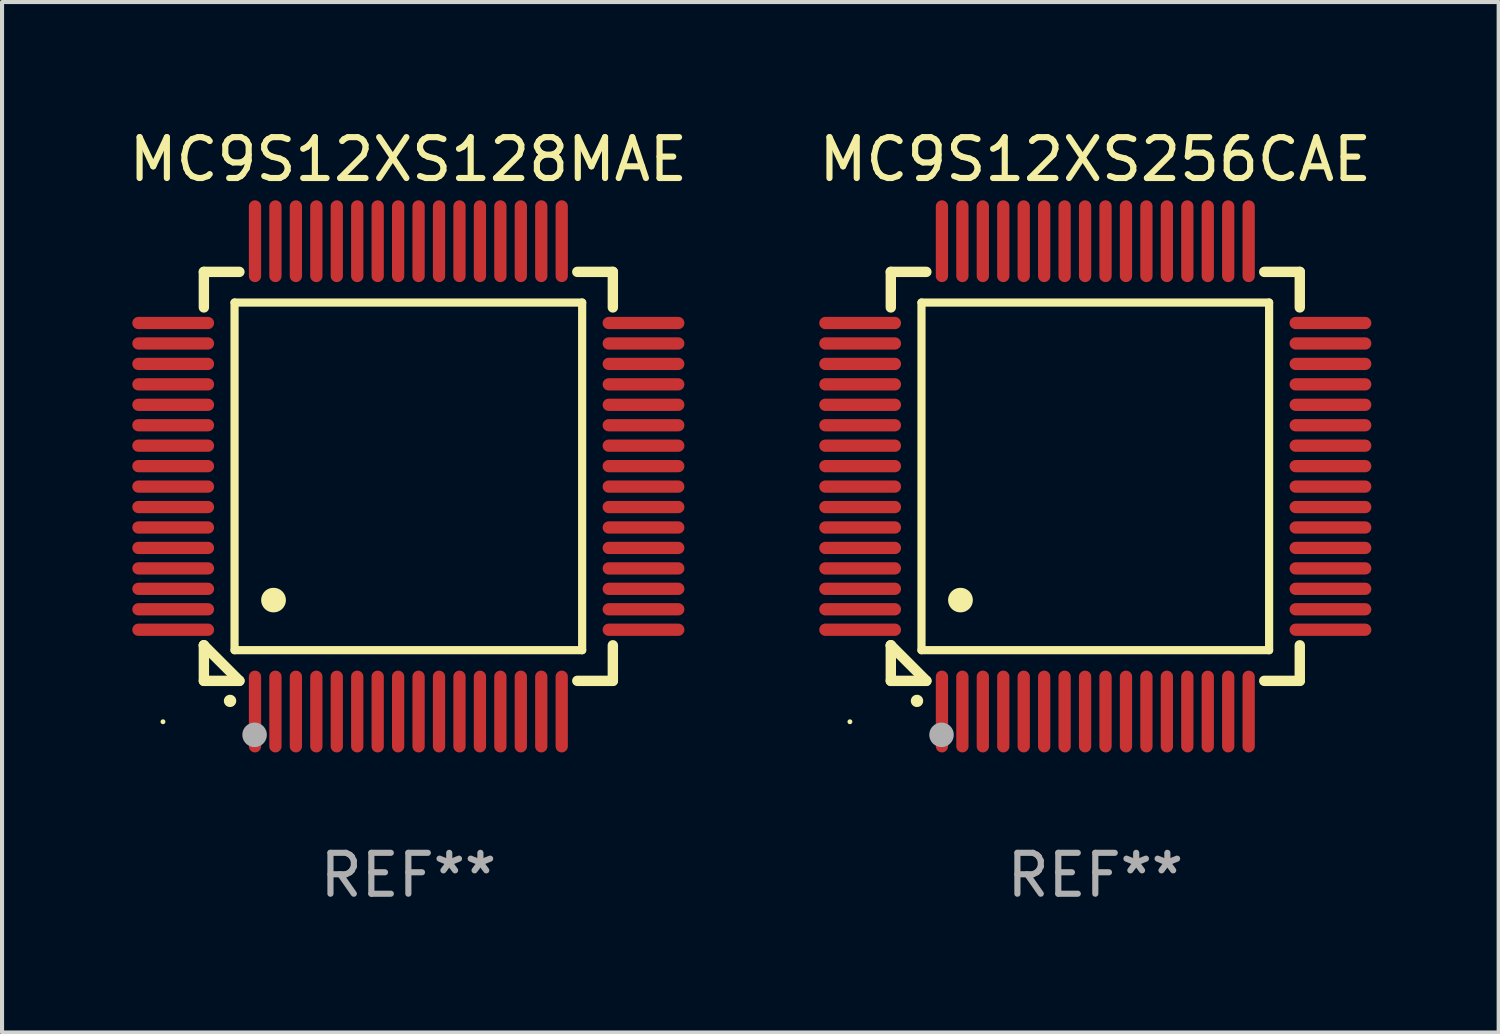
<source format=kicad_pcb>
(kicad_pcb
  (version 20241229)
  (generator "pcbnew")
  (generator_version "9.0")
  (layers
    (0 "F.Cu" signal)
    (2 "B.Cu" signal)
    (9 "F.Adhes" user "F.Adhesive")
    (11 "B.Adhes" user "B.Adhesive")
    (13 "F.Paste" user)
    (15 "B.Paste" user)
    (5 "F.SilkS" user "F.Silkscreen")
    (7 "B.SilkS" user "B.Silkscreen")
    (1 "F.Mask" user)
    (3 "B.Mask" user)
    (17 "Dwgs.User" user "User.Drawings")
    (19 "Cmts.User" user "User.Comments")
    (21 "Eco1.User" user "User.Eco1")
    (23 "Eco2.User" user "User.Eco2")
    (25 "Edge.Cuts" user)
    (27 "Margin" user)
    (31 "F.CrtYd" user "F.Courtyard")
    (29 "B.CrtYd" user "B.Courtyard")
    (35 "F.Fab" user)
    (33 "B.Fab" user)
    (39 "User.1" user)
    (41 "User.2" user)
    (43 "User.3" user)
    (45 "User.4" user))
  (footprint "MC9S12XS256CAE"
    (layer "F.Cu")
    (at 23.732 8.598)
    (property "Reference" "MC9S12XS256CAE" (at 0 -7.75 0) (layer "F.SilkS") (effects (font (size 1 1) (thickness 0.15))))
    (attr through_hole)
    (fp_line (start -5 -5) (end -4.131 -5) (stroke (width 0.254) (type solid)) (layer "F.SilkS"))
    (fp_line (start -5 -4.131) (end -5 -5) (stroke (width 0.254) (type solid)) (layer "F.SilkS"))
    (fp_line (start -5 4.131) (end -5 4.131) (stroke (width 0.254) (type solid)) (layer "F.SilkS"))
    (fp_line (start -5 5) (end -5 4.131) (stroke (width 0.254) (type solid)) (layer "F.SilkS"))
    (fp_line (start -5 4.131) (end -4.131 5) (stroke (width 0.254) (type solid)) (layer "F.SilkS"))
    (fp_line (start -4.25 -4.25) (end -4.25 4.25) (stroke (width 0.2) (type solid)) (layer "F.SilkS"))
    (fp_line (start -4.25 4.25) (end 4.25 4.25) (stroke (width 0.2) (type solid)) (layer "F.SilkS"))
    (fp_line (start -4.131 5) (end -5 5) (stroke (width 0.254) (type solid)) (layer "F.SilkS"))
    (fp_line (start 4.25 -4.25) (end -4.25 -4.25) (stroke (width 0.2) (type solid)) (layer "F.SilkS"))
    (fp_line (start 4.25 4.25) (end 4.25 -4.25) (stroke (width 0.2) (type solid)) (layer "F.SilkS"))
    (fp_line (start 5 -5) (end 4.131 -5) (stroke (width 0.254) (type solid)) (layer "F.SilkS"))
    (fp_line (start 5 -5) (end 5 -4.131) (stroke (width 0.254) (type solid)) (layer "F.SilkS"))
    (fp_line (start 5 4.131) (end 5 5) (stroke (width 0.254) (type solid)) (layer "F.SilkS"))
    (fp_line (start 5 5) (end 4.131 5) (stroke (width 0.254) (type solid)) (layer "F.SilkS"))
    (fp_arc (start -4.361265 5.489992) (mid -4.359995 5.489987) (end -4.358725 5.489992) (stroke (width 0.3) (type solid)) (layer "F.SilkS"))
    (fp_arc (start -3.299467 3.025146) (mid -3.296927 3.025135) (end -3.294387 3.025146) (stroke (width 0.6) (type solid)) (layer "F.SilkS"))
    (fp_circle (center -6 6) (end -5.97 6) (stroke (width 0.06) (type solid)) (fill no) (layer "F.SilkS"))
    (fp_circle (center -3.76 6.32) (end -3.61 6.32) (stroke (width 0.3) (type solid)) (fill no) (layer "F.Fab"))
    (fp_text user "REF**" (at 0 9.75 0) (layer "F.Fab") (effects (font (size 1 1) (thickness 0.15))))
    (pad "1" smd oval (at -3.75 5.75) (size 0.3 2) (layers "F.Cu" "F.Mask" "F.Paste"))
    (pad "2" smd oval (at -3.25 5.75) (size 0.3 2) (layers "F.Cu" "F.Mask" "F.Paste"))
    (pad "3" smd oval (at -2.75 5.75) (size 0.3 2) (layers "F.Cu" "F.Mask" "F.Paste"))
    (pad "4" smd oval (at -2.25 5.75) (size 0.3 2) (layers "F.Cu" "F.Mask" "F.Paste"))
    (pad "5" smd oval (at -1.75 5.75) (size 0.3 2) (layers "F.Cu" "F.Mask" "F.Paste"))
    (pad "6" smd oval (at -1.25 5.75) (size 0.3 2) (layers "F.Cu" "F.Mask" "F.Paste"))
    (pad "7" smd oval (at -0.75 5.75) (size 0.3 2) (layers "F.Cu" "F.Mask" "F.Paste"))
    (pad "8" smd oval (at -0.25 5.75) (size 0.3 2) (layers "F.Cu" "F.Mask" "F.Paste"))
    (pad "9" smd oval (at 0.25 5.75) (size 0.3 2) (layers "F.Cu" "F.Mask" "F.Paste"))
    (pad "10" smd oval (at 0.75 5.75) (size 0.3 2) (layers "F.Cu" "F.Mask" "F.Paste"))
    (pad "11" smd oval (at 1.25 5.75) (size 0.3 2) (layers "F.Cu" "F.Mask" "F.Paste"))
    (pad "12" smd oval (at 1.75 5.75) (size 0.3 2) (layers "F.Cu" "F.Mask" "F.Paste"))
    (pad "13" smd oval (at 2.25 5.75) (size 0.3 2) (layers "F.Cu" "F.Mask" "F.Paste"))
    (pad "14" smd oval (at 2.75 5.75) (size 0.3 2) (layers "F.Cu" "F.Mask" "F.Paste"))
    (pad "15" smd oval (at 3.25 5.75) (size 0.3 2) (layers "F.Cu" "F.Mask" "F.Paste"))
    (pad "16" smd oval (at 3.75 5.75) (size 0.3 2) (layers "F.Cu" "F.Mask" "F.Paste"))
    (pad "17" smd oval (at 5.75 3.75) (size 2 0.3) (layers "F.Cu" "F.Mask" "F.Paste"))
    (pad "18" smd oval (at 5.75 3.25) (size 2 0.3) (layers "F.Cu" "F.Mask" "F.Paste"))
    (pad "19" smd oval (at 5.75 2.75) (size 2 0.3) (layers "F.Cu" "F.Mask" "F.Paste"))
    (pad "20" smd oval (at 5.75 2.25) (size 2 0.3) (layers "F.Cu" "F.Mask" "F.Paste"))
    (pad "21" smd oval (at 5.75 1.75) (size 2 0.3) (layers "F.Cu" "F.Mask" "F.Paste"))
    (pad "22" smd oval (at 5.75 1.25) (size 2 0.3) (layers "F.Cu" "F.Mask" "F.Paste"))
    (pad "23" smd oval (at 5.75 0.75) (size 2 0.3) (layers "F.Cu" "F.Mask" "F.Paste"))
    (pad "24" smd oval (at 5.75 0.25) (size 2 0.3) (layers "F.Cu" "F.Mask" "F.Paste"))
    (pad "25" smd oval (at 5.75 -0.25) (size 2 0.3) (layers "F.Cu" "F.Mask" "F.Paste"))
    (pad "26" smd oval (at 5.75 -0.75) (size 2 0.3) (layers "F.Cu" "F.Mask" "F.Paste"))
    (pad "27" smd oval (at 5.75 -1.25) (size 2 0.3) (layers "F.Cu" "F.Mask" "F.Paste"))
    (pad "28" smd oval (at 5.75 -1.75) (size 2 0.3) (layers "F.Cu" "F.Mask" "F.Paste"))
    (pad "29" smd oval (at 5.75 -2.25) (size 2 0.3) (layers "F.Cu" "F.Mask" "F.Paste"))
    (pad "30" smd oval (at 5.75 -2.75) (size 2 0.3) (layers "F.Cu" "F.Mask" "F.Paste"))
    (pad "31" smd oval (at 5.75 -3.25) (size 2 0.3) (layers "F.Cu" "F.Mask" "F.Paste"))
    (pad "32" smd oval (at 5.75 -3.75) (size 2 0.3) (layers "F.Cu" "F.Mask" "F.Paste"))
    (pad "33" smd oval (at 3.75 -5.75) (size 0.3 2) (layers "F.Cu" "F.Mask" "F.Paste"))
    (pad "34" smd oval (at 3.25 -5.75) (size 0.3 2) (layers "F.Cu" "F.Mask" "F.Paste"))
    (pad "35" smd oval (at 2.75 -5.75) (size 0.3 2) (layers "F.Cu" "F.Mask" "F.Paste"))
    (pad "36" smd oval (at 2.25 -5.75) (size 0.3 2) (layers "F.Cu" "F.Mask" "F.Paste"))
    (pad "37" smd oval (at 1.75 -5.75) (size 0.3 2) (layers "F.Cu" "F.Mask" "F.Paste"))
    (pad "38" smd oval (at 1.25 -5.75) (size 0.3 2) (layers "F.Cu" "F.Mask" "F.Paste"))
    (pad "39" smd oval (at 0.75 -5.75) (size 0.3 2) (layers "F.Cu" "F.Mask" "F.Paste"))
    (pad "40" smd oval (at 0.25 -5.75) (size 0.3 2) (layers "F.Cu" "F.Mask" "F.Paste"))
    (pad "41" smd oval (at -0.25 -5.75) (size 0.3 2) (layers "F.Cu" "F.Mask" "F.Paste"))
    (pad "42" smd oval (at -0.75 -5.75) (size 0.3 2) (layers "F.Cu" "F.Mask" "F.Paste"))
    (pad "43" smd oval (at -1.25 -5.75) (size 0.3 2) (layers "F.Cu" "F.Mask" "F.Paste"))
    (pad "44" smd oval (at -1.75 -5.75) (size 0.3 2) (layers "F.Cu" "F.Mask" "F.Paste"))
    (pad "45" smd oval (at -2.25 -5.75) (size 0.3 2) (layers "F.Cu" "F.Mask" "F.Paste"))
    (pad "46" smd oval (at -2.75 -5.75) (size 0.3 2) (layers "F.Cu" "F.Mask" "F.Paste"))
    (pad "47" smd oval (at -3.25 -5.75) (size 0.3 2) (layers "F.Cu" "F.Mask" "F.Paste"))
    (pad "48" smd oval (at -3.75 -5.75) (size 0.3 2) (layers "F.Cu" "F.Mask" "F.Paste"))
    (pad "49" smd oval (at -5.75 -3.75) (size 2 0.3) (layers "F.Cu" "F.Mask" "F.Paste"))
    (pad "50" smd oval (at -5.75 -3.25) (size 2 0.3) (layers "F.Cu" "F.Mask" "F.Paste"))
    (pad "51" smd oval (at -5.75 -2.75) (size 2 0.3) (layers "F.Cu" "F.Mask" "F.Paste"))
    (pad "52" smd oval (at -5.75 -2.25) (size 2 0.3) (layers "F.Cu" "F.Mask" "F.Paste"))
    (pad "53" smd oval (at -5.75 -1.75) (size 2 0.3) (layers "F.Cu" "F.Mask" "F.Paste"))
    (pad "54" smd oval (at -5.75 -1.25) (size 2 0.3) (layers "F.Cu" "F.Mask" "F.Paste"))
    (pad "55" smd oval (at -5.75 -0.75) (size 2 0.3) (layers "F.Cu" "F.Mask" "F.Paste"))
    (pad "56" smd oval (at -5.75 -0.25) (size 2 0.3) (layers "F.Cu" "F.Mask" "F.Paste"))
    (pad "57" smd oval (at -5.75 0.25) (size 2 0.3) (layers "F.Cu" "F.Mask" "F.Paste"))
    (pad "58" smd oval (at -5.75 0.75) (size 2 0.3) (layers "F.Cu" "F.Mask" "F.Paste"))
    (pad "59" smd oval (at -5.75 1.25) (size 2 0.3) (layers "F.Cu" "F.Mask" "F.Paste"))
    (pad "60" smd oval (at -5.75 1.75) (size 2 0.3) (layers "F.Cu" "F.Mask" "F.Paste"))
    (pad "61" smd oval (at -5.75 2.25) (size 2 0.3) (layers "F.Cu" "F.Mask" "F.Paste"))
    (pad "62" smd oval (at -5.75 2.75) (size 2 0.3) (layers "F.Cu" "F.Mask" "F.Paste"))
    (pad "63" smd oval (at -5.75 3.25) (size 2 0.3) (layers "F.Cu" "F.Mask" "F.Paste"))
    (pad "64" smd oval (at -5.75 3.75) (size 2 0.3) (layers "F.Cu" "F.Mask" "F.Paste")))
  (footprint "MC9S12XS128MAE"
    (layer "F.Cu")
    (at 6.935 8.598)
    (property "Reference" "MC9S12XS128MAE" (at 0 -7.75 0) (layer "F.SilkS") (effects (font (size 1 1) (thickness 0.15))))
    (attr through_hole)
    (fp_line (start -5 -5) (end -4.131 -5) (stroke (width 0.254) (type solid)) (layer "F.SilkS"))
    (fp_line (start -5 -4.131) (end -5 -5) (stroke (width 0.254) (type solid)) (layer "F.SilkS"))
    (fp_line (start -5 4.131) (end -5 4.131) (stroke (width 0.254) (type solid)) (layer "F.SilkS"))
    (fp_line (start -5 5) (end -5 4.131) (stroke (width 0.254) (type solid)) (layer "F.SilkS"))
    (fp_line (start -5 4.131) (end -4.131 5) (stroke (width 0.254) (type solid)) (layer "F.SilkS"))
    (fp_line (start -4.25 -4.25) (end -4.25 4.25) (stroke (width 0.2) (type solid)) (layer "F.SilkS"))
    (fp_line (start -4.25 4.25) (end 4.25 4.25) (stroke (width 0.2) (type solid)) (layer "F.SilkS"))
    (fp_line (start -4.131 5) (end -5 5) (stroke (width 0.254) (type solid)) (layer "F.SilkS"))
    (fp_line (start 4.25 -4.25) (end -4.25 -4.25) (stroke (width 0.2) (type solid)) (layer "F.SilkS"))
    (fp_line (start 4.25 4.25) (end 4.25 -4.25) (stroke (width 0.2) (type solid)) (layer "F.SilkS"))
    (fp_line (start 5 -5) (end 4.131 -5) (stroke (width 0.254) (type solid)) (layer "F.SilkS"))
    (fp_line (start 5 -5) (end 5 -4.131) (stroke (width 0.254) (type solid)) (layer "F.SilkS"))
    (fp_line (start 5 4.131) (end 5 5) (stroke (width 0.254) (type solid)) (layer "F.SilkS"))
    (fp_line (start 5 5) (end 4.131 5) (stroke (width 0.254) (type solid)) (layer "F.SilkS"))
    (fp_arc (start -4.361265 5.489992) (mid -4.359995 5.489987) (end -4.358725 5.489992) (stroke (width 0.3) (type solid)) (layer "F.SilkS"))
    (fp_arc (start -3.299467 3.025146) (mid -3.296927 3.025135) (end -3.294387 3.025146) (stroke (width 0.6) (type solid)) (layer "F.SilkS"))
    (fp_circle (center -6 6) (end -5.97 6) (stroke (width 0.06) (type solid)) (fill no) (layer "F.SilkS"))
    (fp_circle (center -3.76 6.32) (end -3.61 6.32) (stroke (width 0.3) (type solid)) (fill no) (layer "F.Fab"))
    (fp_text user "REF**" (at 0 9.75 0) (layer "F.Fab") (effects (font (size 1 1) (thickness 0.15))))
    (pad "1" smd oval (at -3.75 5.75) (size 0.3 2) (layers "F.Cu" "F.Mask" "F.Paste"))
    (pad "2" smd oval (at -3.25 5.75) (size 0.3 2) (layers "F.Cu" "F.Mask" "F.Paste"))
    (pad "3" smd oval (at -2.75 5.75) (size 0.3 2) (layers "F.Cu" "F.Mask" "F.Paste"))
    (pad "4" smd oval (at -2.25 5.75) (size 0.3 2) (layers "F.Cu" "F.Mask" "F.Paste"))
    (pad "5" smd oval (at -1.75 5.75) (size 0.3 2) (layers "F.Cu" "F.Mask" "F.Paste"))
    (pad "6" smd oval (at -1.25 5.75) (size 0.3 2) (layers "F.Cu" "F.Mask" "F.Paste"))
    (pad "7" smd oval (at -0.75 5.75) (size 0.3 2) (layers "F.Cu" "F.Mask" "F.Paste"))
    (pad "8" smd oval (at -0.25 5.75) (size 0.3 2) (layers "F.Cu" "F.Mask" "F.Paste"))
    (pad "9" smd oval (at 0.25 5.75) (size 0.3 2) (layers "F.Cu" "F.Mask" "F.Paste"))
    (pad "10" smd oval (at 0.75 5.75) (size 0.3 2) (layers "F.Cu" "F.Mask" "F.Paste"))
    (pad "11" smd oval (at 1.25 5.75) (size 0.3 2) (layers "F.Cu" "F.Mask" "F.Paste"))
    (pad "12" smd oval (at 1.75 5.75) (size 0.3 2) (layers "F.Cu" "F.Mask" "F.Paste"))
    (pad "13" smd oval (at 2.25 5.75) (size 0.3 2) (layers "F.Cu" "F.Mask" "F.Paste"))
    (pad "14" smd oval (at 2.75 5.75) (size 0.3 2) (layers "F.Cu" "F.Mask" "F.Paste"))
    (pad "15" smd oval (at 3.25 5.75) (size 0.3 2) (layers "F.Cu" "F.Mask" "F.Paste"))
    (pad "16" smd oval (at 3.75 5.75) (size 0.3 2) (layers "F.Cu" "F.Mask" "F.Paste"))
    (pad "17" smd oval (at 5.75 3.75) (size 2 0.3) (layers "F.Cu" "F.Mask" "F.Paste"))
    (pad "18" smd oval (at 5.75 3.25) (size 2 0.3) (layers "F.Cu" "F.Mask" "F.Paste"))
    (pad "19" smd oval (at 5.75 2.75) (size 2 0.3) (layers "F.Cu" "F.Mask" "F.Paste"))
    (pad "20" smd oval (at 5.75 2.25) (size 2 0.3) (layers "F.Cu" "F.Mask" "F.Paste"))
    (pad "21" smd oval (at 5.75 1.75) (size 2 0.3) (layers "F.Cu" "F.Mask" "F.Paste"))
    (pad "22" smd oval (at 5.75 1.25) (size 2 0.3) (layers "F.Cu" "F.Mask" "F.Paste"))
    (pad "23" smd oval (at 5.75 0.75) (size 2 0.3) (layers "F.Cu" "F.Mask" "F.Paste"))
    (pad "24" smd oval (at 5.75 0.25) (size 2 0.3) (layers "F.Cu" "F.Mask" "F.Paste"))
    (pad "25" smd oval (at 5.75 -0.25) (size 2 0.3) (layers "F.Cu" "F.Mask" "F.Paste"))
    (pad "26" smd oval (at 5.75 -0.75) (size 2 0.3) (layers "F.Cu" "F.Mask" "F.Paste"))
    (pad "27" smd oval (at 5.75 -1.25) (size 2 0.3) (layers "F.Cu" "F.Mask" "F.Paste"))
    (pad "28" smd oval (at 5.75 -1.75) (size 2 0.3) (layers "F.Cu" "F.Mask" "F.Paste"))
    (pad "29" smd oval (at 5.75 -2.25) (size 2 0.3) (layers "F.Cu" "F.Mask" "F.Paste"))
    (pad "30" smd oval (at 5.75 -2.75) (size 2 0.3) (layers "F.Cu" "F.Mask" "F.Paste"))
    (pad "31" smd oval (at 5.75 -3.25) (size 2 0.3) (layers "F.Cu" "F.Mask" "F.Paste"))
    (pad "32" smd oval (at 5.75 -3.75) (size 2 0.3) (layers "F.Cu" "F.Mask" "F.Paste"))
    (pad "33" smd oval (at 3.75 -5.75) (size 0.3 2) (layers "F.Cu" "F.Mask" "F.Paste"))
    (pad "34" smd oval (at 3.25 -5.75) (size 0.3 2) (layers "F.Cu" "F.Mask" "F.Paste"))
    (pad "35" smd oval (at 2.75 -5.75) (size 0.3 2) (layers "F.Cu" "F.Mask" "F.Paste"))
    (pad "36" smd oval (at 2.25 -5.75) (size 0.3 2) (layers "F.Cu" "F.Mask" "F.Paste"))
    (pad "37" smd oval (at 1.75 -5.75) (size 0.3 2) (layers "F.Cu" "F.Mask" "F.Paste"))
    (pad "38" smd oval (at 1.25 -5.75) (size 0.3 2) (layers "F.Cu" "F.Mask" "F.Paste"))
    (pad "39" smd oval (at 0.75 -5.75) (size 0.3 2) (layers "F.Cu" "F.Mask" "F.Paste"))
    (pad "40" smd oval (at 0.25 -5.75) (size 0.3 2) (layers "F.Cu" "F.Mask" "F.Paste"))
    (pad "41" smd oval (at -0.25 -5.75) (size 0.3 2) (layers "F.Cu" "F.Mask" "F.Paste"))
    (pad "42" smd oval (at -0.75 -5.75) (size 0.3 2) (layers "F.Cu" "F.Mask" "F.Paste"))
    (pad "43" smd oval (at -1.25 -5.75) (size 0.3 2) (layers "F.Cu" "F.Mask" "F.Paste"))
    (pad "44" smd oval (at -1.75 -5.75) (size 0.3 2) (layers "F.Cu" "F.Mask" "F.Paste"))
    (pad "45" smd oval (at -2.25 -5.75) (size 0.3 2) (layers "F.Cu" "F.Mask" "F.Paste"))
    (pad "46" smd oval (at -2.75 -5.75) (size 0.3 2) (layers "F.Cu" "F.Mask" "F.Paste"))
    (pad "47" smd oval (at -3.25 -5.75) (size 0.3 2) (layers "F.Cu" "F.Mask" "F.Paste"))
    (pad "48" smd oval (at -3.75 -5.75) (size 0.3 2) (layers "F.Cu" "F.Mask" "F.Paste"))
    (pad "49" smd oval (at -5.75 -3.75) (size 2 0.3) (layers "F.Cu" "F.Mask" "F.Paste"))
    (pad "50" smd oval (at -5.75 -3.25) (size 2 0.3) (layers "F.Cu" "F.Mask" "F.Paste"))
    (pad "51" smd oval (at -5.75 -2.75) (size 2 0.3) (layers "F.Cu" "F.Mask" "F.Paste"))
    (pad "52" smd oval (at -5.75 -2.25) (size 2 0.3) (layers "F.Cu" "F.Mask" "F.Paste"))
    (pad "53" smd oval (at -5.75 -1.75) (size 2 0.3) (layers "F.Cu" "F.Mask" "F.Paste"))
    (pad "54" smd oval (at -5.75 -1.25) (size 2 0.3) (layers "F.Cu" "F.Mask" "F.Paste"))
    (pad "55" smd oval (at -5.75 -0.75) (size 2 0.3) (layers "F.Cu" "F.Mask" "F.Paste"))
    (pad "56" smd oval (at -5.75 -0.25) (size 2 0.3) (layers "F.Cu" "F.Mask" "F.Paste"))
    (pad "57" smd oval (at -5.75 0.25) (size 2 0.3) (layers "F.Cu" "F.Mask" "F.Paste"))
    (pad "58" smd oval (at -5.75 0.75) (size 2 0.3) (layers "F.Cu" "F.Mask" "F.Paste"))
    (pad "59" smd oval (at -5.75 1.25) (size 2 0.3) (layers "F.Cu" "F.Mask" "F.Paste"))
    (pad "60" smd oval (at -5.75 1.75) (size 2 0.3) (layers "F.Cu" "F.Mask" "F.Paste"))
    (pad "61" smd oval (at -5.75 2.25) (size 2 0.3) (layers "F.Cu" "F.Mask" "F.Paste"))
    (pad "62" smd oval (at -5.75 2.75) (size 2 0.3) (layers "F.Cu" "F.Mask" "F.Paste"))
    (pad "63" smd oval (at -5.75 3.25) (size 2 0.3) (layers "F.Cu" "F.Mask" "F.Paste"))
    (pad "64" smd oval (at -5.75 3.75) (size 2 0.3) (layers "F.Cu" "F.Mask" "F.Paste")))
  (gr_rect
    (start -3 -3)
    (end 33.595 22.196)
    (stroke (width 0.1) (type default))
    (fill no)
    (layer "Edge.Cuts")))
</source>
